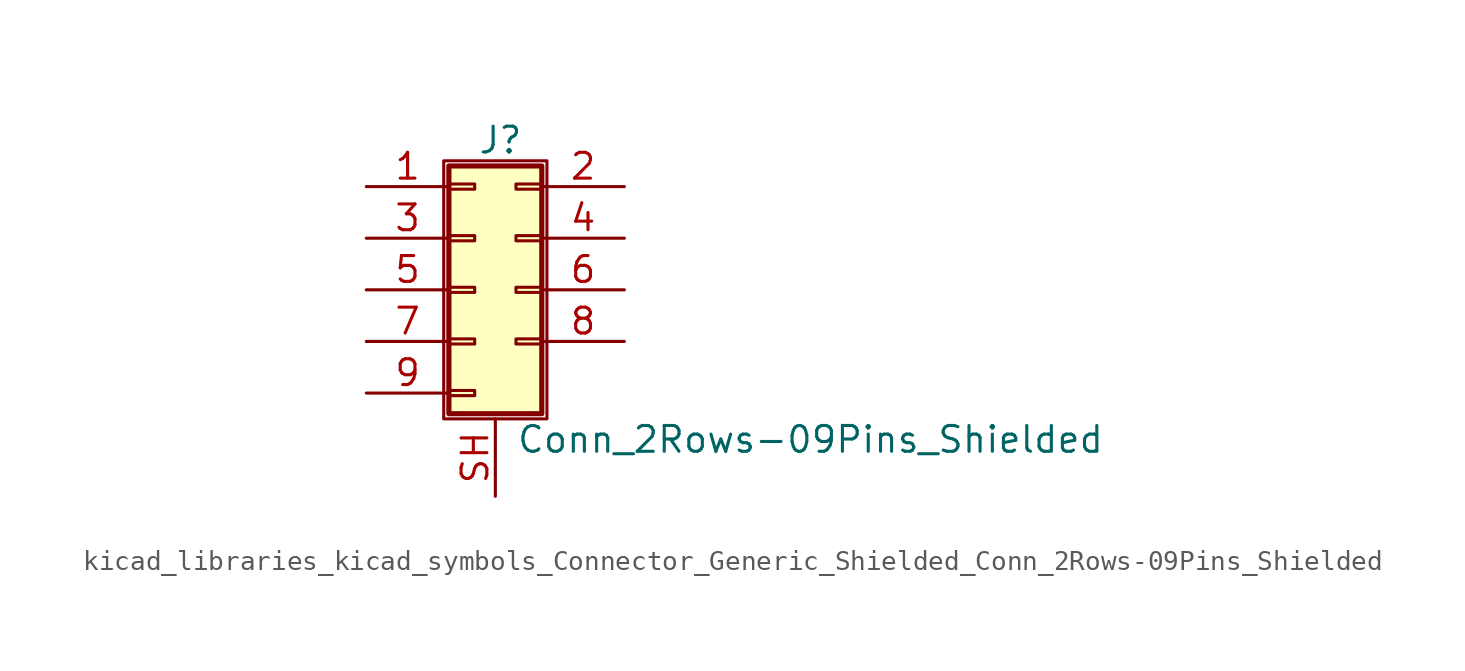
<source format=kicad_sym>
(kicad_symbol_lib
  (version 20220914)
  (generator kicad_symbol_editor)
  (symbol "kicad_libraries_kicad_symbols_Connector_Generic_Shielded_Conn_2Rows-09Pins_Shielded"
    (pin_names
      (offset 1.016) hide)
    (property "Reference" "J"
      (at 1.524 7.366 0)
      (effects (font (size 1.27 1.27))))
    (property "Value" "Conn_2Rows-09Pins_Shielded"
      (at 2.286 -7.366 0)
      (effects (font (size 1.27 1.27)) (justify left)))
    (symbol "kicad_libraries_kicad_symbols_Connector_Generic_Shielded_Conn_2Rows-09Pins_Shielded_1_1"
      (rectangle (start -1.27 6.35) (end 3.81 -6.35) (stroke (width 0.152) (type default)) (fill (type none)))
      (rectangle (start -1.016 -4.953) (end 0.254 -5.207) (stroke (width 0.152) (type default)) (fill (type none)))
      (rectangle (start -1.016 -2.413) (end 0.254 -2.667) (stroke (width 0.152) (type default)) (fill (type none)))
      (rectangle (start -1.016 0.127) (end 0.254 -0.127) (stroke (width 0.152) (type default)) (fill (type none)))
      (rectangle (start -1.016 2.667) (end 0.254 2.413) (stroke (width 0.152) (type default)) (fill (type none)))
      (rectangle (start -1.016 5.207) (end 0.254 4.953) (stroke (width 0.152) (type default)) (fill (type none)))
      (rectangle (start -1.016 6.096) (end 3.556 -6.096) (stroke (width 0.254) (type default)) (fill (type background)))
      (rectangle (start 3.556 -2.413) (end 2.286 -2.667) (stroke (width 0.152) (type default)) (fill (type none)))
      (rectangle (start 3.556 0.127) (end 2.286 -0.127) (stroke (width 0.152) (type default)) (fill (type none)))
      (rectangle (start 3.556 2.667) (end 2.286 2.413) (stroke (width 0.152) (type default)) (fill (type none)))
      (rectangle (start 3.556 5.207) (end 2.286 4.953) (stroke (width 0.152) (type default)) (fill (type none)))
      (pin passive line (at -5.08 5.08 0) (length 4.064) (name "Pin_1" (effects (font (size 1.27 1.27)))) (number "1" (effects (font (size 1.27 1.27)))))
      (pin passive line (at 7.62 5.08 180) (length 4.064) (name "Pin_2" (effects (font (size 1.27 1.27)))) (number "2" (effects (font (size 1.27 1.27)))))
      (pin passive line (at -5.08 2.54 0) (length 4.064) (name "Pin_3" (effects (font (size 1.27 1.27)))) (number "3" (effects (font (size 1.27 1.27)))))
      (pin passive line (at 7.62 2.54 180) (length 4.064) (name "Pin_4" (effects (font (size 1.27 1.27)))) (number "4" (effects (font (size 1.27 1.27)))))
      (pin passive line (at -5.08 0 0) (length 4.064) (name "Pin_5" (effects (font (size 1.27 1.27)))) (number "5" (effects (font (size 1.27 1.27)))))
      (pin passive line (at 7.62 0 180) (length 4.064) (name "Pin_6" (effects (font (size 1.27 1.27)))) (number "6" (effects (font (size 1.27 1.27)))))
      (pin passive line (at -5.08 -2.54 0) (length 4.064) (name "Pin_7" (effects (font (size 1.27 1.27)))) (number "7" (effects (font (size 1.27 1.27)))))
      (pin passive line (at 7.62 -2.54 180) (length 4.064) (name "Pin_8" (effects (font (size 1.27 1.27)))) (number "8" (effects (font (size 1.27 1.27)))))
      (pin passive line (at -5.08 -5.08 0) (length 4.064) (name "Pin_9" (effects (font (size 1.27 1.27)))) (number "9" (effects (font (size 1.27 1.27)))))
      (pin passive line (at 1.27 -10.16 90) (length 3.81) (name "Shield" (effects (font (size 1.27 1.27)))) (number "SH" (effects (font (size 1.27 1.27))))))))
</source>
